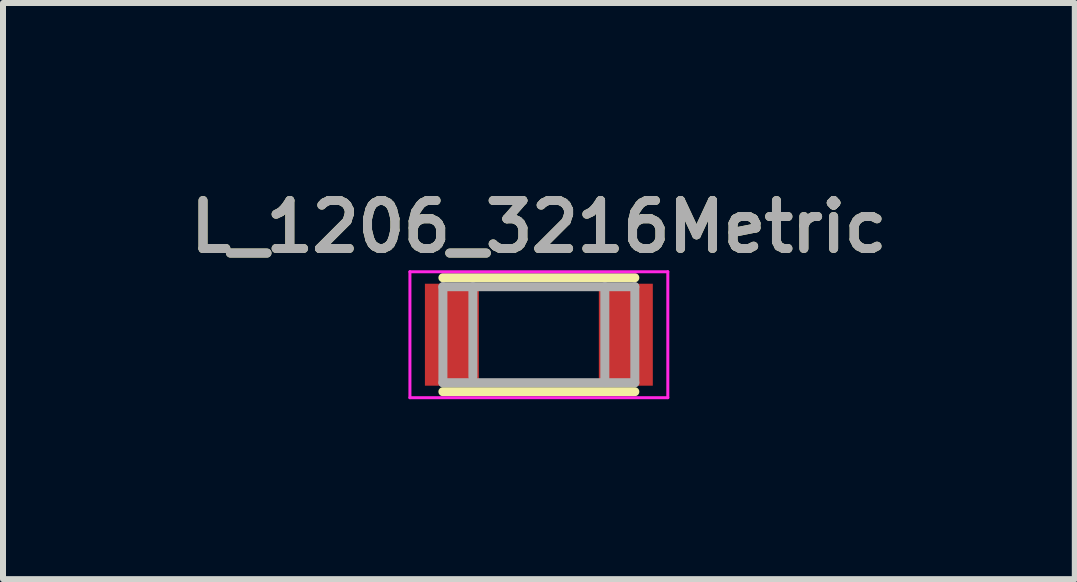
<source format=kicad_pcb>
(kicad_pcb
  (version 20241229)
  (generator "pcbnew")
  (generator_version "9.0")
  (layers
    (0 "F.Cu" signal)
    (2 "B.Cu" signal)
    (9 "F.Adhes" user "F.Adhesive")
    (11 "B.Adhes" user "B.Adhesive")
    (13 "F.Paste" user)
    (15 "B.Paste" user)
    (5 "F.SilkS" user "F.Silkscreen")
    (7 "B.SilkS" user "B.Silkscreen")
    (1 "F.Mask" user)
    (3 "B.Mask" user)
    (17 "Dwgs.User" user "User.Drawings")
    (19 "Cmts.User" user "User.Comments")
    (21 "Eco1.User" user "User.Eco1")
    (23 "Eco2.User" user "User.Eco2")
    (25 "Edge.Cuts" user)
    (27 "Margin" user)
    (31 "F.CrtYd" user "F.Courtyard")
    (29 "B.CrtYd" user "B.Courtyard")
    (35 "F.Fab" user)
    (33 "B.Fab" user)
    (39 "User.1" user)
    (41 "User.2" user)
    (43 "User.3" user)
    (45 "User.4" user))
  (footprint "L_1206_3216Metric"
    (layer "F.Cu")
    (at 5.935 2.531)
    (property "Reference" "L_1206_3216Metric" (at 0 -1.8 0) (layer "F.SilkS") (effects (font (size 0.8 0.8) (thickness 0.15))))
    (attr smd)
    (fp_line (start -1.6 -0.95) (end 1.6 -0.95) (stroke (width 0.15) (type solid)) (layer "F.SilkS"))
    (fp_line (start 1.6 0.95) (end -1.6 0.95) (stroke (width 0.15) (type solid)) (layer "F.SilkS"))
    (fp_line (start -2.15 -1.05) (end -2.15 1.05) (stroke (width 0.05) (type solid)) (layer "F.CrtYd"))
    (fp_line (start -2.15 -1.05) (end 2.15 -1.05) (stroke (width 0.05) (type solid)) (layer "F.CrtYd"))
    (fp_line (start -2.15 1.05) (end 2.15 1.05) (stroke (width 0.05) (type solid)) (layer "F.CrtYd"))
    (fp_line (start 2.15 -1.05) (end 2.15 1.05) (stroke (width 0.05) (type solid)) (layer "F.CrtYd"))
    (fp_line (start -1.6 -0.8) (end 1.6 -0.8) (stroke (width 0.15) (type solid)) (layer "F.Fab"))
    (fp_line (start -1.6 0.8) (end -1.6 -0.8) (stroke (width 0.15) (type solid)) (layer "F.Fab"))
    (fp_line (start -1.1 -0.8) (end -1.1 0.7) (stroke (width 0.15) (type solid)) (layer "F.Fab"))
    (fp_line (start 1.1 -0.8) (end 1.1 0.8) (stroke (width 0.15) (type solid)) (layer "F.Fab"))
    (fp_line (start 1.6 -0.8) (end 1.6 0.8) (stroke (width 0.15) (type solid)) (layer "F.Fab"))
    (fp_line (start 1.6 0.8) (end -1.6 0.8) (stroke (width 0.15) (type solid)) (layer "F.Fab"))
    (fp_text user "${REFERENCE}" (at 0 -1.8 0) (layer "F.Fab") (effects (font (size 0.8 0.8) (thickness 0.15))))
    (pad "1" smd rect (at -1.45 0) (size 0.9 1.7) (layers "F.Cu" "F.Mask" "F.Paste"))
    (pad "2" smd rect (at 1.45 0) (size 0.9 1.7) (layers "F.Cu" "F.Mask" "F.Paste")))
  (gr_rect
    (start -3 -3)
    (end 14.871 6.606)
    (stroke (width 0.1) (type default))
    (fill no)
    (layer "Edge.Cuts")))
</source>
